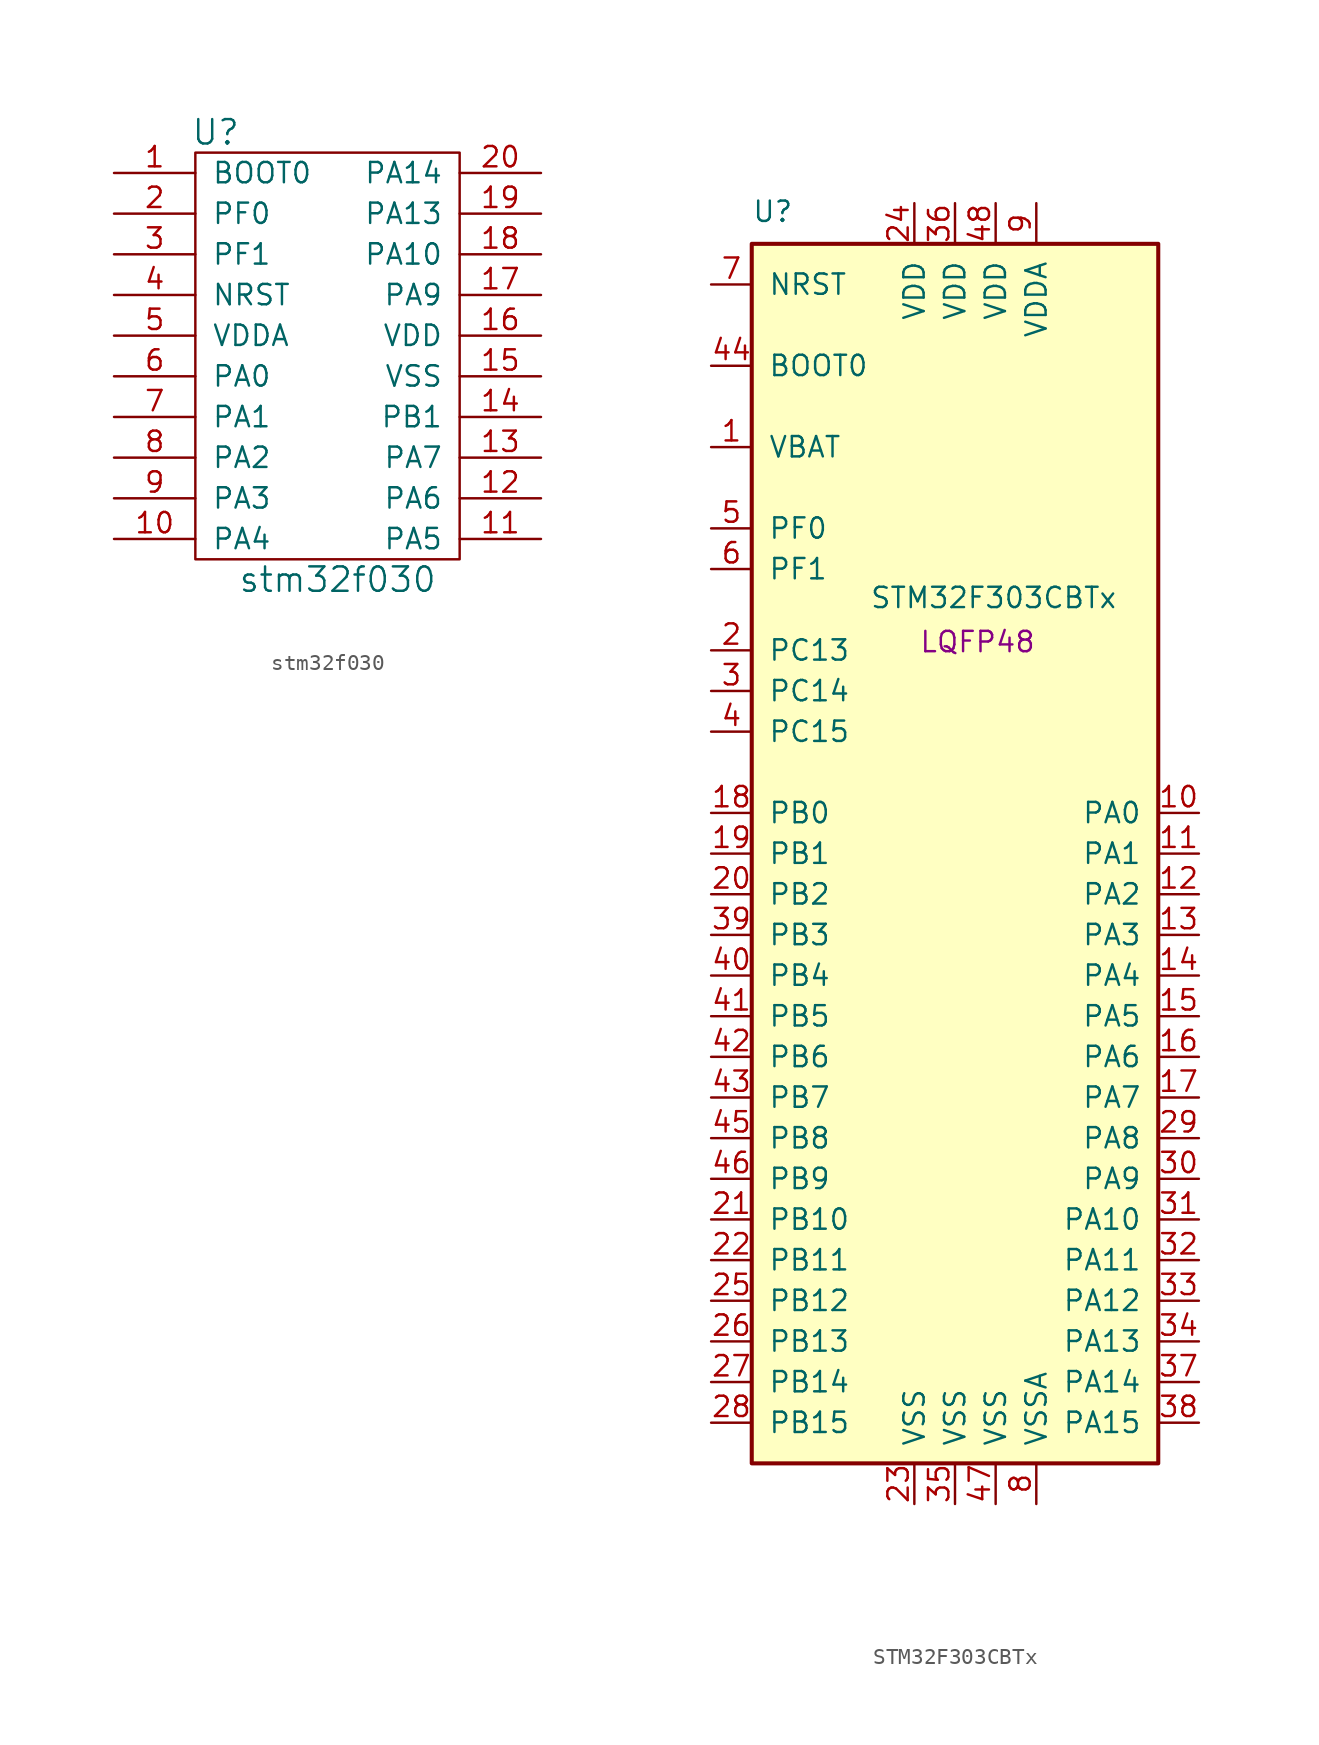
<source format=kicad_sym>
(kicad_symbol_lib
  (version 20211014)
  (generator kicad_symbol_editor)
  (symbol "stm32f030"
    (pin_names
      (offset 1.016))
    (property "Reference" "U"
      (at -6.35 13.97 0)
      (effects (font (size 1.524 1.524))))
    (property "Value" "stm32f030"
      (at 1.27 -13.97 0)
      (effects (font (size 1.524 1.524))))
    (symbol "stm32f030_0_1"
      (rectangle (start -7.62 12.7) (end 8.89 -12.7) (stroke (width 0) (type default) (color 0 0 0 0)) (fill (type none))))
    (symbol "stm32f030_1_1"
      (pin bidirectional line (at -12.7 11.43 0) (length 5.08) (name "BOOT0" (effects (font (size 1.27 1.27)))) (number "1" (effects (font (size 1.27 1.27)))))
      (pin bidirectional line (at -12.7 -11.43 0) (length 5.08) (name "PA4" (effects (font (size 1.27 1.27)))) (number "10" (effects (font (size 1.27 1.27)))))
      (pin bidirectional line (at 13.97 -11.43 180) (length 5.08) (name "PA5" (effects (font (size 1.27 1.27)))) (number "11" (effects (font (size 1.27 1.27)))))
      (pin bidirectional line (at 13.97 -8.89 180) (length 5.08) (name "PA6" (effects (font (size 1.27 1.27)))) (number "12" (effects (font (size 1.27 1.27)))))
      (pin bidirectional line (at 13.97 -6.35 180) (length 5.08) (name "PA7" (effects (font (size 1.27 1.27)))) (number "13" (effects (font (size 1.27 1.27)))))
      (pin bidirectional line (at 13.97 -3.81 180) (length 5.08) (name "PB1" (effects (font (size 1.27 1.27)))) (number "14" (effects (font (size 1.27 1.27)))))
      (pin power_in line (at 13.97 -1.27 180) (length 5.08) (name "VSS" (effects (font (size 1.27 1.27)))) (number "15" (effects (font (size 1.27 1.27)))))
      (pin power_in line (at 13.97 1.27 180) (length 5.08) (name "VDD" (effects (font (size 1.27 1.27)))) (number "16" (effects (font (size 1.27 1.27)))))
      (pin bidirectional line (at 13.97 3.81 180) (length 5.08) (name "PA9" (effects (font (size 1.27 1.27)))) (number "17" (effects (font (size 1.27 1.27)))))
      (pin bidirectional line (at 13.97 6.35 180) (length 5.08) (name "PA10" (effects (font (size 1.27 1.27)))) (number "18" (effects (font (size 1.27 1.27)))))
      (pin bidirectional line (at 13.97 8.89 180) (length 5.08) (name "PA13" (effects (font (size 1.27 1.27)))) (number "19" (effects (font (size 1.27 1.27)))))
      (pin bidirectional line (at -12.7 8.89 0) (length 5.08) (name "PF0" (effects (font (size 1.27 1.27)))) (number "2" (effects (font (size 1.27 1.27)))))
      (pin bidirectional line (at 13.97 11.43 180) (length 5.08) (name "PA14" (effects (font (size 1.27 1.27)))) (number "20" (effects (font (size 1.27 1.27)))))
      (pin bidirectional line (at -12.7 6.35 0) (length 5.08) (name "PF1" (effects (font (size 1.27 1.27)))) (number "3" (effects (font (size 1.27 1.27)))))
      (pin input line (at -12.7 3.81 0) (length 5.08) (name "NRST" (effects (font (size 1.27 1.27)))) (number "4" (effects (font (size 1.27 1.27)))))
      (pin power_in line (at -12.7 1.27 0) (length 5.08) (name "VDDA" (effects (font (size 1.27 1.27)))) (number "5" (effects (font (size 1.27 1.27)))))
      (pin bidirectional line (at -12.7 -1.27 0) (length 5.08) (name "PA0" (effects (font (size 1.27 1.27)))) (number "6" (effects (font (size 1.27 1.27)))))
      (pin bidirectional line (at -12.7 -3.81 0) (length 5.08) (name "PA1" (effects (font (size 1.27 1.27)))) (number "7" (effects (font (size 1.27 1.27)))))
      (pin bidirectional line (at -12.7 -6.35 0) (length 5.08) (name "PA2" (effects (font (size 1.27 1.27)))) (number "8" (effects (font (size 1.27 1.27)))))
      (pin bidirectional line (at -12.7 -8.89 0) (length 5.08) (name "PA3" (effects (font (size 1.27 1.27)))) (number "9" (effects (font (size 1.27 1.27)))))))
  (symbol "STM32F303CBTx"
    (pin_names
      (offset 1.016))
    (property "Reference" "U"
      (at -12.7 41.91 0)
      (effects (font (size 1.27 1.27)) (justify left bottom)))
    (property "Value" "STM32F303CBTx"
      (at 10.16 17.78 0)
      (effects (font (size 1.27 1.27)) (justify right bottom)))
    (property "Footprint" "LQFP48"
      (at 5.08 16.51 0)
      (effects (font (size 1.27 1.27)) (justify right top)))
    (property "Datasheet" ""
      (at 11.43 2.54 0)
      (effects (font (size 1.27 1.27))))
    (property "ki_locked" ""
      (at 0 0 0)
      (effects (font (size 1.27 1.27))))
    (symbol "STM32F303CBTx_0_1"
      (rectangle (start -12.7 -35.56) (end 12.7 40.64) (stroke (width 0.254) (type default) (color 0 0 0 0)) (fill (type background))))
    (symbol "STM32F303CBTx_1_1"
      (pin power_in line (at -15.24 27.94 0) (length 2.54) (name "VBAT" (effects (font (size 1.27 1.27)))) (number "1" (effects (font (size 1.27 1.27)))))
      (pin bidirectional line (at 15.24 5.08 180) (length 2.54) (name "PA0" (effects (font (size 1.27 1.27)))) (number "10" (effects (font (size 1.27 1.27)))))
      (pin bidirectional line (at 15.24 2.54 180) (length 2.54) (name "PA1" (effects (font (size 1.27 1.27)))) (number "11" (effects (font (size 1.27 1.27)))))
      (pin bidirectional line (at 15.24 0 180) (length 2.54) (name "PA2" (effects (font (size 1.27 1.27)))) (number "12" (effects (font (size 1.27 1.27)))))
      (pin bidirectional line (at 15.24 -2.54 180) (length 2.54) (name "PA3" (effects (font (size 1.27 1.27)))) (number "13" (effects (font (size 1.27 1.27)))))
      (pin bidirectional line (at 15.24 -5.08 180) (length 2.54) (name "PA4" (effects (font (size 1.27 1.27)))) (number "14" (effects (font (size 1.27 1.27)))))
      (pin bidirectional line (at 15.24 -7.62 180) (length 2.54) (name "PA5" (effects (font (size 1.27 1.27)))) (number "15" (effects (font (size 1.27 1.27)))))
      (pin bidirectional line (at 15.24 -10.16 180) (length 2.54) (name "PA6" (effects (font (size 1.27 1.27)))) (number "16" (effects (font (size 1.27 1.27)))))
      (pin bidirectional line (at 15.24 -12.7 180) (length 2.54) (name "PA7" (effects (font (size 1.27 1.27)))) (number "17" (effects (font (size 1.27 1.27)))))
      (pin bidirectional line (at -15.24 5.08 0) (length 2.54) (name "PB0" (effects (font (size 1.27 1.27)))) (number "18" (effects (font (size 1.27 1.27)))))
      (pin bidirectional line (at -15.24 2.54 0) (length 2.54) (name "PB1" (effects (font (size 1.27 1.27)))) (number "19" (effects (font (size 1.27 1.27)))))
      (pin bidirectional line (at -15.24 15.24 0) (length 2.54) (name "PC13" (effects (font (size 1.27 1.27)))) (number "2" (effects (font (size 1.27 1.27)))))
      (pin bidirectional line (at -15.24 0 0) (length 2.54) (name "PB2" (effects (font (size 1.27 1.27)))) (number "20" (effects (font (size 1.27 1.27)))))
      (pin bidirectional line (at -15.24 -20.32 0) (length 2.54) (name "PB10" (effects (font (size 1.27 1.27)))) (number "21" (effects (font (size 1.27 1.27)))))
      (pin bidirectional line (at -15.24 -22.86 0) (length 2.54) (name "PB11" (effects (font (size 1.27 1.27)))) (number "22" (effects (font (size 1.27 1.27)))))
      (pin power_in line (at -2.54 -38.1 90) (length 2.54) (name "VSS" (effects (font (size 1.27 1.27)))) (number "23" (effects (font (size 1.27 1.27)))))
      (pin power_in line (at -2.54 43.18 270) (length 2.54) (name "VDD" (effects (font (size 1.27 1.27)))) (number "24" (effects (font (size 1.27 1.27)))))
      (pin bidirectional line (at -15.24 -25.4 0) (length 2.54) (name "PB12" (effects (font (size 1.27 1.27)))) (number "25" (effects (font (size 1.27 1.27)))))
      (pin bidirectional line (at -15.24 -27.94 0) (length 2.54) (name "PB13" (effects (font (size 1.27 1.27)))) (number "26" (effects (font (size 1.27 1.27)))))
      (pin bidirectional line (at -15.24 -30.48 0) (length 2.54) (name "PB14" (effects (font (size 1.27 1.27)))) (number "27" (effects (font (size 1.27 1.27)))))
      (pin bidirectional line (at -15.24 -33.02 0) (length 2.54) (name "PB15" (effects (font (size 1.27 1.27)))) (number "28" (effects (font (size 1.27 1.27)))))
      (pin bidirectional line (at 15.24 -15.24 180) (length 2.54) (name "PA8" (effects (font (size 1.27 1.27)))) (number "29" (effects (font (size 1.27 1.27)))))
      (pin bidirectional line (at -15.24 12.7 0) (length 2.54) (name "PC14" (effects (font (size 1.27 1.27)))) (number "3" (effects (font (size 1.27 1.27)))))
      (pin bidirectional line (at 15.24 -17.78 180) (length 2.54) (name "PA9" (effects (font (size 1.27 1.27)))) (number "30" (effects (font (size 1.27 1.27)))))
      (pin bidirectional line (at 15.24 -20.32 180) (length 2.54) (name "PA10" (effects (font (size 1.27 1.27)))) (number "31" (effects (font (size 1.27 1.27)))))
      (pin bidirectional line (at 15.24 -22.86 180) (length 2.54) (name "PA11" (effects (font (size 1.27 1.27)))) (number "32" (effects (font (size 1.27 1.27)))))
      (pin bidirectional line (at 15.24 -25.4 180) (length 2.54) (name "PA12" (effects (font (size 1.27 1.27)))) (number "33" (effects (font (size 1.27 1.27)))))
      (pin bidirectional line (at 15.24 -27.94 180) (length 2.54) (name "PA13" (effects (font (size 1.27 1.27)))) (number "34" (effects (font (size 1.27 1.27)))))
      (pin power_in line (at 0 -38.1 90) (length 2.54) (name "VSS" (effects (font (size 1.27 1.27)))) (number "35" (effects (font (size 1.27 1.27)))))
      (pin power_in line (at 0 43.18 270) (length 2.54) (name "VDD" (effects (font (size 1.27 1.27)))) (number "36" (effects (font (size 1.27 1.27)))))
      (pin bidirectional line (at 15.24 -30.48 180) (length 2.54) (name "PA14" (effects (font (size 1.27 1.27)))) (number "37" (effects (font (size 1.27 1.27)))))
      (pin bidirectional line (at 15.24 -33.02 180) (length 2.54) (name "PA15" (effects (font (size 1.27 1.27)))) (number "38" (effects (font (size 1.27 1.27)))))
      (pin bidirectional line (at -15.24 -2.54 0) (length 2.54) (name "PB3" (effects (font (size 1.27 1.27)))) (number "39" (effects (font (size 1.27 1.27)))))
      (pin bidirectional line (at -15.24 10.16 0) (length 2.54) (name "PC15" (effects (font (size 1.27 1.27)))) (number "4" (effects (font (size 1.27 1.27)))))
      (pin bidirectional line (at -15.24 -5.08 0) (length 2.54) (name "PB4" (effects (font (size 1.27 1.27)))) (number "40" (effects (font (size 1.27 1.27)))))
      (pin bidirectional line (at -15.24 -7.62 0) (length 2.54) (name "PB5" (effects (font (size 1.27 1.27)))) (number "41" (effects (font (size 1.27 1.27)))))
      (pin bidirectional line (at -15.24 -10.16 0) (length 2.54) (name "PB6" (effects (font (size 1.27 1.27)))) (number "42" (effects (font (size 1.27 1.27)))))
      (pin bidirectional line (at -15.24 -12.7 0) (length 2.54) (name "PB7" (effects (font (size 1.27 1.27)))) (number "43" (effects (font (size 1.27 1.27)))))
      (pin input line (at -15.24 33.02 0) (length 2.54) (name "BOOT0" (effects (font (size 1.27 1.27)))) (number "44" (effects (font (size 1.27 1.27)))))
      (pin bidirectional line (at -15.24 -15.24 0) (length 2.54) (name "PB8" (effects (font (size 1.27 1.27)))) (number "45" (effects (font (size 1.27 1.27)))))
      (pin bidirectional line (at -15.24 -17.78 0) (length 2.54) (name "PB9" (effects (font (size 1.27 1.27)))) (number "46" (effects (font (size 1.27 1.27)))))
      (pin power_in line (at 2.54 -38.1 90) (length 2.54) (name "VSS" (effects (font (size 1.27 1.27)))) (number "47" (effects (font (size 1.27 1.27)))))
      (pin power_in line (at 2.54 43.18 270) (length 2.54) (name "VDD" (effects (font (size 1.27 1.27)))) (number "48" (effects (font (size 1.27 1.27)))))
      (pin input line (at -15.24 22.86 0) (length 2.54) (name "PF0" (effects (font (size 1.27 1.27)))) (number "5" (effects (font (size 1.27 1.27)))))
      (pin input line (at -15.24 20.32 0) (length 2.54) (name "PF1" (effects (font (size 1.27 1.27)))) (number "6" (effects (font (size 1.27 1.27)))))
      (pin input line (at -15.24 38.1 0) (length 2.54) (name "NRST" (effects (font (size 1.27 1.27)))) (number "7" (effects (font (size 1.27 1.27)))))
      (pin power_in line (at 5.08 -38.1 90) (length 2.54) (name "VSSA" (effects (font (size 1.27 1.27)))) (number "8" (effects (font (size 1.27 1.27)))))
      (pin power_in line (at 5.08 43.18 270) (length 2.54) (name "VDDA" (effects (font (size 1.27 1.27)))) (number "9" (effects (font (size 1.27 1.27))))))))
</source>
